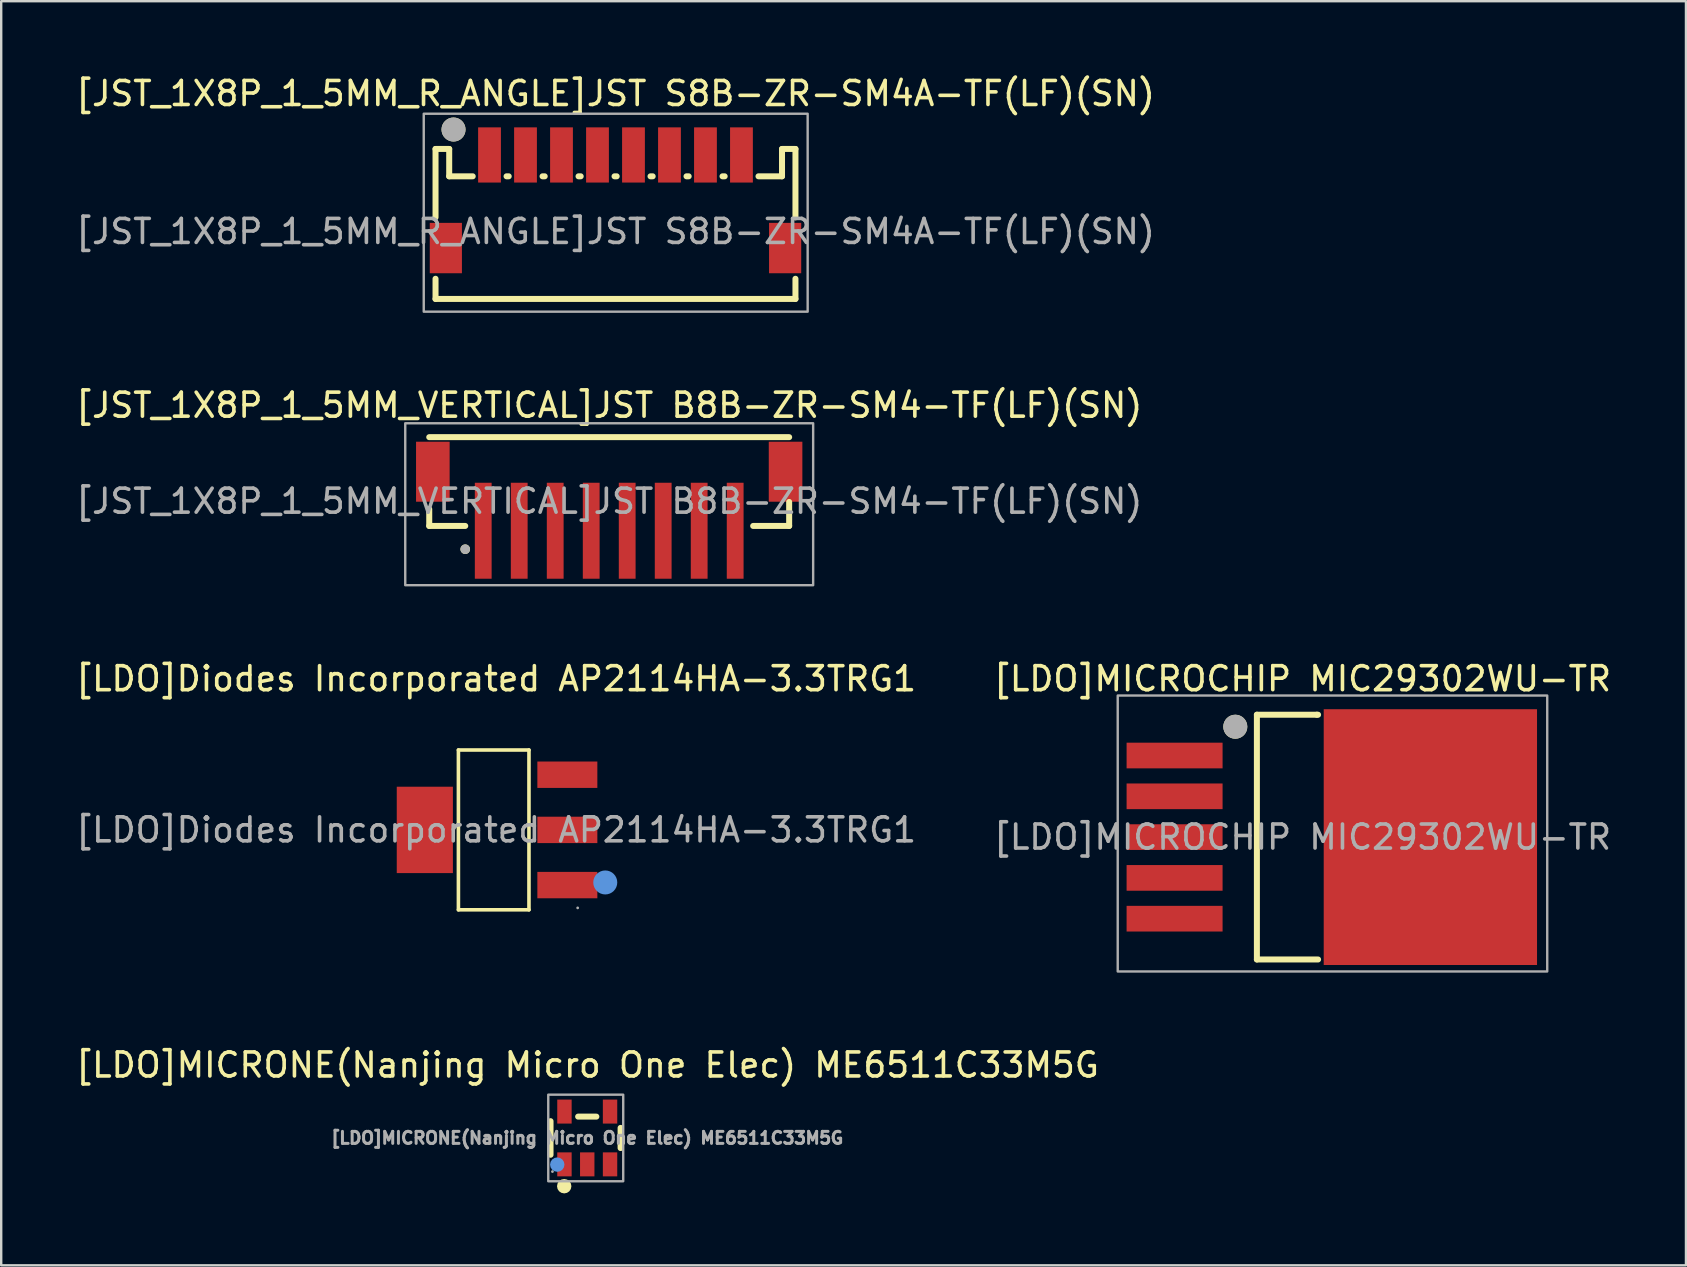
<source format=kicad_pcb>
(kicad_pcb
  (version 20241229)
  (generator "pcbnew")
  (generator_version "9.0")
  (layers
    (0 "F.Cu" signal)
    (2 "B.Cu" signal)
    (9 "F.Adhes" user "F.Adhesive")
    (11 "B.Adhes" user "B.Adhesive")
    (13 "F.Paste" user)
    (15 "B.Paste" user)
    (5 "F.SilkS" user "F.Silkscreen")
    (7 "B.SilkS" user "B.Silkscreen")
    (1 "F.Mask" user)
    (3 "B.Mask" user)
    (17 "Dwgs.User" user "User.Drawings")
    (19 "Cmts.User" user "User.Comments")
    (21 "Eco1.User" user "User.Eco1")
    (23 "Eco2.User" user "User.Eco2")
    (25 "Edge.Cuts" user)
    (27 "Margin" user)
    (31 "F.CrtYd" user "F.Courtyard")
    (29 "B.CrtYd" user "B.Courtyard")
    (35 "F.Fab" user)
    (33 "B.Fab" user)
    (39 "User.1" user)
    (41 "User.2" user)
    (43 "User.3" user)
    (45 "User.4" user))
  (footprint "[LDO]MICROCHIP MIC29302WU-TR"
    (layer "F.Cu")
    (at 51.232 31.837)
    (property "Reference" "[LDO]MICROCHIP MIC29302WU-TR" (at 0 -6.6 0) (layer "F.SilkS") (effects (font (size 1 1) (thickness 0.15))))
    (attr smd)
    (fp_line (start -1.9 -5.1) (end -1.9 5.1) (stroke (width 0.25) (type solid)) (layer "F.SilkS"))
    (fp_line (start -1.9 5.1) (end 0.65 5.1) (stroke (width 0.25) (type solid)) (layer "F.SilkS"))
    (fp_line (start 0.6 -5.1) (end -1.9 -5.1) (stroke (width 0.25) (type solid)) (layer "F.SilkS"))
    (fp_line (start 0.6 -5.1) (end 0.65 -5.1) (stroke (width 0.25) (type solid)) (layer "F.SilkS"))
    (fp_circle (center -2.8 -4.6) (end -2.55 -4.6) (stroke (width 0.5) (type solid)) (fill no) (layer "F.SilkS"))
    (fp_rect (start -7.7 -5.9) (end 10.2 5.6) (stroke (width 0.1) (type solid)) (fill no) (layer "F.Fab"))
    (fp_circle (center -2.8 -4.6) (end -2.55 -4.6) (stroke (width 0.5) (type solid)) (fill no) (layer "F.Fab"))
    (fp_text user "${REFERENCE}" (at 0 0 0) (layer "F.Fab") (effects (font (size 1 1) (thickness 0.15))))
    (pad "1" smd rect (at -5.33 -3.4) (size 4 1.07) (layers "F.Cu" "F.Mask" "F.Paste"))
    (pad "2" smd rect (at -5.33 -1.7) (size 4 1.07) (layers "F.Cu" "F.Mask" "F.Paste"))
    (pad "3" smd rect (at -5.33 0) (size 4 1.07) (layers "F.Cu" "F.Mask" "F.Paste"))
    (pad "4" smd rect (at -5.33 1.7) (size 4 1.07) (layers "F.Cu" "F.Mask" "F.Paste"))
    (pad "5" smd rect (at -5.33 3.4) (size 4 1.07) (layers "F.Cu" "F.Mask" "F.Paste"))
    (pad "6" smd rect (at 5.33 0 270) (size 10.66 8.89) (layers "F.Cu" "F.Mask" "F.Paste")))
  (footprint "[JST_1X8P_1_5MM_VERTICAL]JST B8B-ZR-SM4-TF(LF)(SN)"
    (layer "F.Cu")
    (at 22.339 17.839)
    (property "Reference" "[JST_1X8P_1_5MM_VERTICAL]JST B8B-ZR-SM4-TF(LF)(SN)" (at 0 -4 0) (layer "F.SilkS") (effects (font (size 1 1) (thickness 0.15))))
    (attr smd)
    (fp_line (start -7.5 -2.67) (end 7.5 -2.67) (stroke (width 0.25) (type solid)) (layer "F.SilkS"))
    (fp_line (start -7.5 1.03) (end -7.5 0.33) (stroke (width 0.25) (type solid)) (layer "F.SilkS"))
    (fp_line (start -6 1.03) (end -7.5 1.03) (stroke (width 0.25) (type solid)) (layer "F.SilkS"))
    (fp_line (start 7.5 0.03) (end 7.5 1.03) (stroke (width 0.25) (type solid)) (layer "F.SilkS"))
    (fp_line (start 7.5 1.03) (end 6 1.03) (stroke (width 0.25) (type solid)) (layer "F.SilkS"))
    (fp_circle (center -6 2) (end -5.9 2) (stroke (width 0.2) (type solid)) (fill yes) (layer "F.SilkS"))
    (fp_rect (start -8.5 -3.25) (end 8.5 3.5) (stroke (width 0.1) (type solid)) (fill no) (layer "F.Fab"))
    (fp_circle (center -6 2) (end -5.9 2) (stroke (width 0.2) (type solid)) (fill no) (layer "F.Fab"))
    (fp_text user "${REFERENCE}" (at 0 0 0) (layer "F.Fab") (effects (font (size 1 1) (thickness 0.15))))
    (pad "1" smd rect (at -5.25 1.23 90) (size 4 0.7) (layers "F.Cu" "F.Mask" "F.Paste"))
    (pad "2" smd rect (at -3.75 1.23 90) (size 4 0.7) (layers "F.Cu" "F.Mask" "F.Paste"))
    (pad "3" smd rect (at -2.25 1.23 90) (size 4 0.7) (layers "F.Cu" "F.Mask" "F.Paste"))
    (pad "4" smd rect (at -0.75 1.23 90) (size 4 0.7) (layers "F.Cu" "F.Mask" "F.Paste"))
    (pad "5" smd rect (at 0.75 1.23 90) (size 4 0.7) (layers "F.Cu" "F.Mask" "F.Paste"))
    (pad "6" smd rect (at 2.25 1.23 90) (size 4 0.7) (layers "F.Cu" "F.Mask" "F.Paste"))
    (pad "7" smd rect (at 3.75 1.23 90) (size 4 0.7) (layers "F.Cu" "F.Mask" "F.Paste"))
    (pad "8" smd rect (at 5.25 1.23 90) (size 4 0.7) (layers "F.Cu" "F.Mask" "F.Paste"))
    (pad "9" smd rect (at 7.35 -1.23 90) (size 2.5 1.4) (layers "F.Cu" "F.Mask" "F.Paste"))
    (pad "10" smd rect (at -7.35 -1.23 90) (size 2.5 1.4) (layers "F.Cu" "F.Mask" "F.Paste")))
  (footprint "[LDO]Diodes Incorporated AP2114HA-3.3TRG1"
    (layer "F.Cu")
    (at 17.625 31.537)
    (property "Reference" "[LDO]Diodes Incorporated AP2114HA-3.3TRG1" (at 0 -6.3 0) (layer "F.SilkS") (effects (font (size 1 1) (thickness 0.15))))
    (attr smd)
    (fp_line (start -1.57 -3.33) (end 1.37 -3.33) (stroke (width 0.15) (type solid)) (layer "F.SilkS"))
    (fp_line (start -1.57 3.33) (end -1.57 -3.33) (stroke (width 0.15) (type solid)) (layer "F.SilkS"))
    (fp_line (start 1.37 -3.33) (end 1.37 3.33) (stroke (width 0.15) (type solid)) (layer "F.SilkS"))
    (fp_line (start 1.37 3.33) (end -1.57 3.33) (stroke (width 0.15) (type solid)) (layer "F.SilkS"))
    (fp_circle (center 4.55 2.19) (end 4.8 2.19) (stroke (width 0.5) (type solid)) (fill no) (layer "Cmts.User"))
    (fp_circle (center 3.4 3.25) (end 3.43 3.25) (stroke (width 0.06) (type solid)) (fill no) (layer "F.Fab"))
    (fp_text user "${REFERENCE}" (at 0 0 0) (layer "F.Fab") (effects (font (size 1 1) (thickness 0.15))))
    (pad "1" smd rect (at 2.97 2.3) (size 2.5 1.1) (layers "F.Cu" "F.Mask" "F.Paste"))
    (pad "2" smd rect (at 2.97 0) (size 2.5 1.1) (layers "F.Cu" "F.Mask" "F.Paste"))
    (pad "3" smd rect (at 2.97 -2.3) (size 2.5 1.1) (layers "F.Cu" "F.Mask" "F.Paste"))
    (pad "4" smd rect (at -2.97 0) (size 2.34 3.6) (layers "F.Cu" "F.Mask" "F.Paste")))
  (footprint "[JST_1X8P_1_5MM_R_ANGLE]JST S8B-ZR-SM4A-TF(LF)(SN)"
    (layer "F.Cu")
    (at 22.601 5.348)
    (property "Reference" "[JST_1X8P_1_5MM_R_ANGLE]JST S8B-ZR-SM4A-TF(LF)(SN)" (at 0 -4.5 0) (layer "F.SilkS") (effects (font (size 1 1) (thickness 0.15))))
    (attr smd)
    (fp_line (start -7.5 -2.19) (end -6.93 -2.19) (stroke (width 0.25) (type solid)) (layer "F.SilkS"))
    (fp_line (start -7.5 0.66) (end -7.5 -2.19) (stroke (width 0.25) (type solid)) (layer "F.SilkS"))
    (fp_line (start -7.5 4.06) (end -7.5 3.22) (stroke (width 0.25) (type solid)) (layer "F.SilkS"))
    (fp_line (start -7.5 4.06) (end 7.5 4.06) (stroke (width 0.25) (type solid)) (layer "F.SilkS"))
    (fp_line (start -6.93 -2.19) (end -6.93 -1.05) (stroke (width 0.25) (type solid)) (layer "F.SilkS"))
    (fp_line (start -5.95 -1.05) (end -6.93 -1.05) (stroke (width 0.25) (type solid)) (layer "F.SilkS"))
    (fp_line (start -4.45 -1.05) (end -4.54 -1.05) (stroke (width 0.25) (type solid)) (layer "F.SilkS"))
    (fp_line (start -2.95 -1.05) (end -3.04 -1.05) (stroke (width 0.25) (type solid)) (layer "F.SilkS"))
    (fp_line (start -1.45 -1.05) (end -1.54 -1.05) (stroke (width 0.25) (type solid)) (layer "F.SilkS"))
    (fp_line (start -0.04 -1.05) (end 0.05 -1.05) (stroke (width 0.25) (type solid)) (layer "F.SilkS"))
    (fp_line (start 1.46 -1.05) (end 1.55 -1.05) (stroke (width 0.25) (type solid)) (layer "F.SilkS"))
    (fp_line (start 2.96 -1.05) (end 3.05 -1.05) (stroke (width 0.25) (type solid)) (layer "F.SilkS"))
    (fp_line (start 4.46 -1.05) (end 4.55 -1.05) (stroke (width 0.25) (type solid)) (layer "F.SilkS"))
    (fp_line (start 6.94 -2.19) (end 6.94 -1.05) (stroke (width 0.25) (type solid)) (layer "F.SilkS"))
    (fp_line (start 6.94 -1.05) (end 5.96 -1.05) (stroke (width 0.25) (type solid)) (layer "F.SilkS"))
    (fp_line (start 7.5 -2.19) (end 6.94 -2.19) (stroke (width 0.25) (type solid)) (layer "F.SilkS"))
    (fp_line (start 7.5 0.66) (end 7.5 -2.19) (stroke (width 0.25) (type solid)) (layer "F.SilkS"))
    (fp_line (start 7.5 4.06) (end 7.5 3.22) (stroke (width 0.25) (type solid)) (layer "F.SilkS"))
    (fp_circle (center -6.75 -3) (end -6.5 -3) (stroke (width 0.5) (type solid)) (fill no) (layer "F.SilkS"))
    (fp_rect (start -7.991 -3.658) (end 8.009 4.592) (stroke (width 0.1) (type solid)) (fill no) (layer "F.Fab"))
    (fp_circle (center -6.75 -3) (end -6.5 -3) (stroke (width 0.5) (type solid)) (fill no) (layer "F.Fab"))
    (fp_text user "${REFERENCE}" (at 0 1.25 0) (layer "F.Fab") (effects (font (size 1 1) (thickness 0.15))))
    (pad "1" smd rect (at -5.25 -1.94) (size 0.95 2.3) (layers "F.Cu" "F.Mask" "F.Paste"))
    (pad "2" smd rect (at -3.75 -1.94) (size 0.95 2.3) (layers "F.Cu" "F.Mask" "F.Paste"))
    (pad "3" smd rect (at -2.25 -1.94) (size 0.95 2.3) (layers "F.Cu" "F.Mask" "F.Paste"))
    (pad "4" smd rect (at -0.75 -1.94) (size 0.95 2.3) (layers "F.Cu" "F.Mask" "F.Paste"))
    (pad "5" smd rect (at 0.75 -1.94) (size 0.95 2.3) (layers "F.Cu" "F.Mask" "F.Paste"))
    (pad "6" smd rect (at 2.25 -1.94) (size 0.95 2.3) (layers "F.Cu" "F.Mask" "F.Paste"))
    (pad "7" smd rect (at 3.75 -1.94) (size 0.95 2.3) (layers "F.Cu" "F.Mask" "F.Paste"))
    (pad "8" smd rect (at 5.25 -1.94) (size 0.95 2.3) (layers "F.Cu" "F.Mask" "F.Paste"))
    (pad "9" smd rect (at 7.07 1.94) (size 1.34 2.1) (layers "F.Cu" "F.Mask" "F.Paste"))
    (pad "10" smd rect (at -7.07 1.94) (size 1.34 2.1) (layers "F.Cu" "F.Mask" "F.Paste")))
  (footprint "[LDO]MICRONE(Nanjing Micro One Elec) ME6511C33M5G"
    (layer "F.Cu")
    (at 21.46 44.409)
    (property "Reference" "[LDO]MICRONE(Nanjing Micro One Elec) ME6511C33M5G" (at -0.025 -3.073 0) (layer "F.SilkS") (effects (font (size 1 1) (thickness 0.15))))
    (attr smd)
    (fp_line (start -1.566 -0.733) (end -1.566 0.667) (stroke (width 0.25) (type solid)) (layer "F.SilkS"))
    (fp_line (start -0.416 -0.923) (end 0.344 -0.923) (stroke (width 0.25) (type solid)) (layer "F.SilkS"))
    (fp_line (start 1.354 -0.453) (end 1.354 0.387) (stroke (width 0.25) (type solid)) (layer "F.SilkS"))
    (fp_circle (center -0.996 1.977) (end -0.996 2.127) (stroke (width 0.3) (type solid)) (fill no) (layer "F.SilkS"))
    (fp_circle (center -1.286 1.077) (end -1.286 1.227) (stroke (width 0.3) (type solid)) (fill no) (layer "Cmts.User"))
    (fp_rect (start -1.661 -1.837) (end 1.463 1.77) (stroke (width 0.1) (type default)) (fill no) (layer "F.Fab"))
    (fp_circle (center -1.486 1.367) (end -1.486 1.397) (stroke (width 0.06) (type solid)) (fill no) (layer "F.Fab"))
    (fp_text user "${REFERENCE}" (at -0.036 -0.033 0) (layer "F.Fab") (effects (font (size 0.5 0.5) (thickness 0.125))))
    (pad "1" smd rect (at -0.986 1.067) (size 0.6 1) (layers "F.Cu" "F.Mask" "F.Paste"))
    (pad "2" smd rect (at -0.036 1.067) (size 0.6 1) (layers "F.Cu" "F.Mask" "F.Paste"))
    (pad "3" smd rect (at 0.914 1.067) (size 0.6 1) (layers "F.Cu" "F.Mask" "F.Paste"))
    (pad "4" smd rect (at 0.914 -1.133) (size 0.6 1) (layers "F.Cu" "F.Mask" "F.Paste"))
    (pad "5" smd rect (at -0.986 -1.133) (size 0.6 1) (layers "F.Cu" "F.Mask" "F.Paste")))
  (gr_rect
    (start -3 -3)
    (end 67.214 49.685)
    (stroke (width 0.1) (type default))
    (fill no)
    (layer "Edge.Cuts")))
</source>
